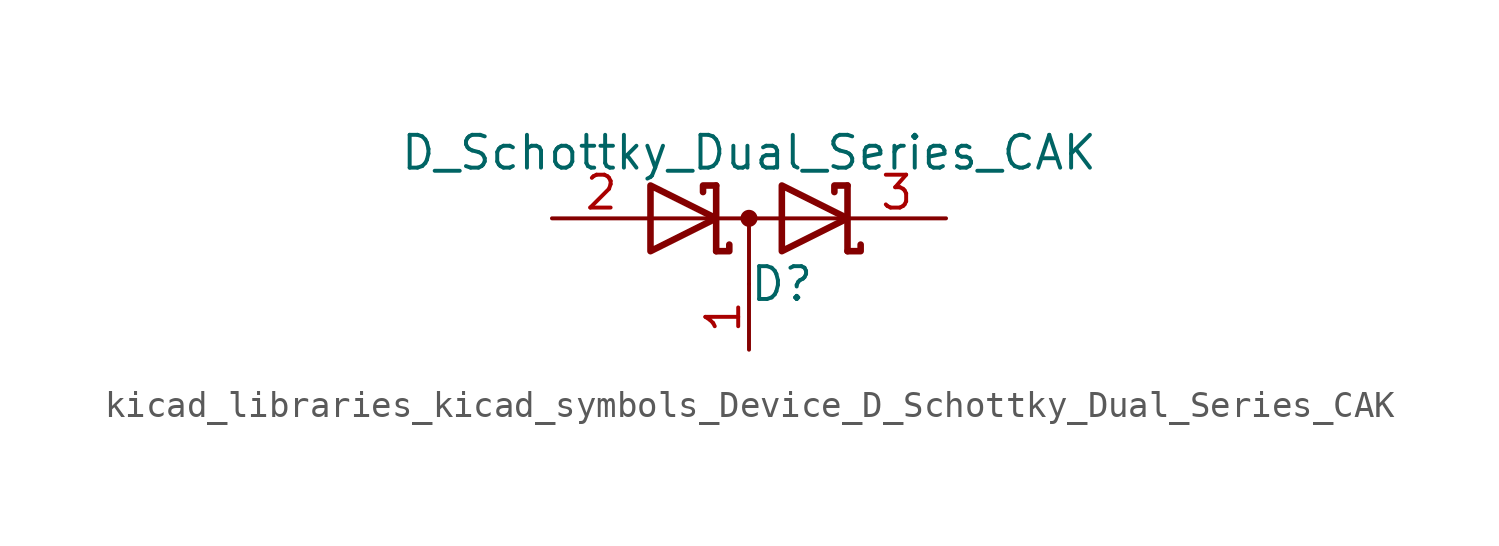
<source format=kicad_sym>
(kicad_symbol_lib
  (version 20220914)
  (generator kicad_symbol_editor)
  (symbol "kicad_libraries_kicad_symbols_Device_D_Schottky_Dual_Series_CAK"
    (pin_names
      (offset 0.762) hide)
    (property "Reference" "D"
      (at 1.27 -2.54 0)
      (effects (font (size 1.27 1.27))))
    (property "Value" "D_Schottky_Dual_Series_CAK"
      (at 0 2.54 0)
      (effects (font (size 1.27 1.27))))
    (symbol "kicad_libraries_kicad_symbols_Device_D_Schottky_Dual_Series_CAK_0_1"
      (polyline (pts (xy -3.81 0) (xy 3.81 0)) (stroke (width 0) (type default)) (fill (type none)))
      (polyline (pts (xy 0 0) (xy 0 -2.54)) (stroke (width 0) (type default)) (fill (type none)))
      (polyline (pts (xy -1.27 -1.27) (xy -1.27 1.27) (xy -1.27 1.27)) (stroke (width 0.254) (type default)) (fill (type none)))
      (polyline (pts (xy 3.81 1.27) (xy 3.81 -1.27) (xy 3.81 -1.27)) (stroke (width 0.254) (type default)) (fill (type none)))
      (polyline (pts (xy -1.27 -1.27) (xy -0.762 -1.27) (xy -0.762 -1.016) (xy -0.762 -1.016)) (stroke (width 0.254) (type default)) (fill (type none)))
      (polyline (pts (xy 3.81 -1.27) (xy 4.318 -1.27) (xy 4.318 -1.016) (xy 4.318 -1.016)) (stroke (width 0.254) (type default)) (fill (type none)))
      (polyline (pts (xy 3.81 1.27) (xy 3.302 1.27) (xy 3.302 1.016) (xy 3.302 1.016)) (stroke (width 0.254) (type default)) (fill (type none)))
      (polyline (pts (xy -1.778 1.016) (xy -1.778 1.27) (xy -1.27 1.27) (xy -1.27 1.27) (xy -1.27 1.27)) (stroke (width 0.254) (type default)) (fill (type none)))
      (polyline (pts (xy -3.81 1.27) (xy -1.27 0) (xy -3.81 -1.27) (xy -3.81 1.27) (xy -3.81 1.27) (xy -3.81 1.27)) (stroke (width 0.254) (type default)) (fill (type none)))
      (polyline (pts (xy 1.27 1.27) (xy 3.81 0) (xy 1.27 -1.27) (xy 1.27 1.27) (xy 1.27 1.27) (xy 1.27 1.27)) (stroke (width 0.254) (type default)) (fill (type none)))
      (circle (center 0 0) (radius 0.254) (stroke (width 0) (type default)) (fill (type outline)))
      (pin passive line (at 0 -5.08 90) (length 2.54) (name "common" (effects (font (size 1.27 1.27)))) (number "1" (effects (font (size 1.27 1.27)))))
      (pin passive line (at -7.62 0 0) (length 3.81) (name "A" (effects (font (size 1.27 1.27)))) (number "2" (effects (font (size 1.27 1.27)))))
      (pin passive line (at 7.62 0 180) (length 3.81) (name "K" (effects (font (size 1.27 1.27)))) (number "3" (effects (font (size 1.27 1.27))))))))
</source>
